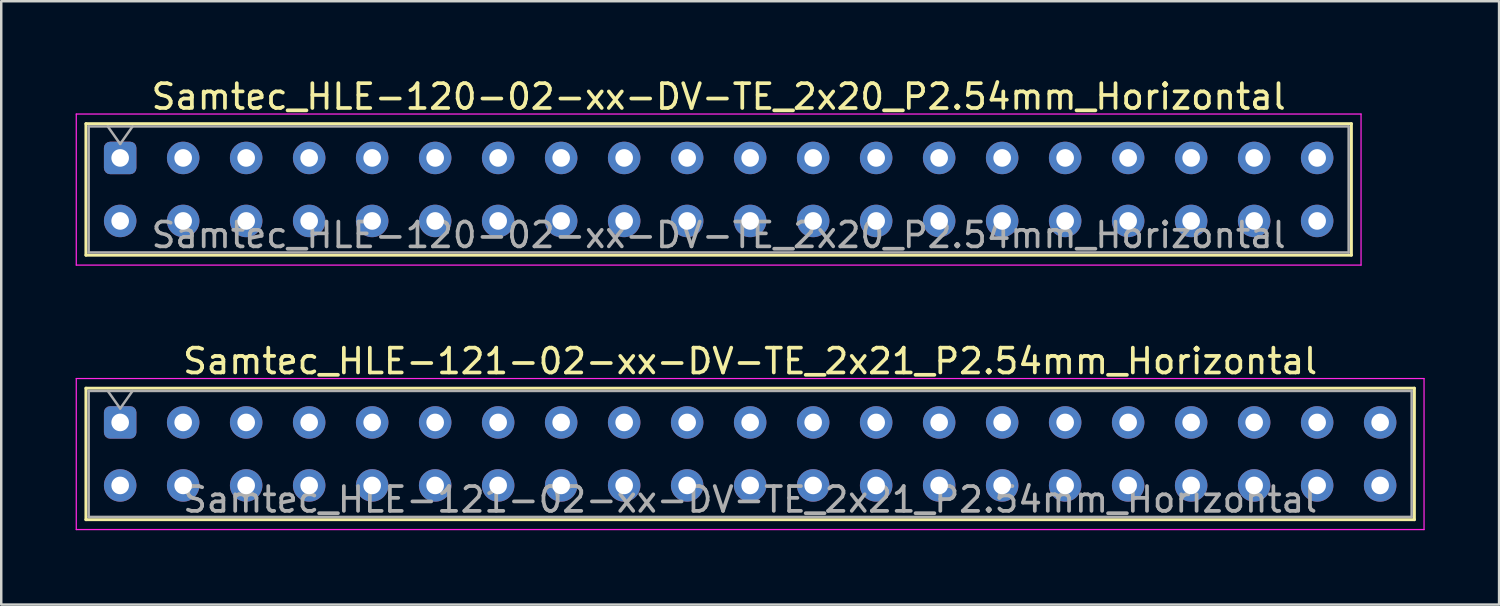
<source format=kicad_pcb>
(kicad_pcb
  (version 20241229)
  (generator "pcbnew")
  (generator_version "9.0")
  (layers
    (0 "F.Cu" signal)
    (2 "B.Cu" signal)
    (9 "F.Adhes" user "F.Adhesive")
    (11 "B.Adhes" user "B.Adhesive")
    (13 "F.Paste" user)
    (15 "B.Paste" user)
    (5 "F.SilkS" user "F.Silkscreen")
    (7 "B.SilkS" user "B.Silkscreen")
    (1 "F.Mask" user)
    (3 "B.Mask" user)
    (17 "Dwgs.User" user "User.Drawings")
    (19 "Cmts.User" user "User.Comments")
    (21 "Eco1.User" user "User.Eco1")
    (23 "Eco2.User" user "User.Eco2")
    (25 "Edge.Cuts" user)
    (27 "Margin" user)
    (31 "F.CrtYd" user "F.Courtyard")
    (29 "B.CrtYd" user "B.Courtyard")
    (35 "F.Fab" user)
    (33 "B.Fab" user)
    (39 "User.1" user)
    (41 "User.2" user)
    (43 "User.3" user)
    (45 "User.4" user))
  (footprint "Samtec_HLE-120-02-xx-DV-TE_2x20_P2.54mm_Horizontal"
    (layer "F.Cu")
    (at 1.795 3.318)
    (property "Reference" "Samtec_HLE-120-02-xx-DV-TE_2x20_P2.54mm_Horizontal" (at 24.13 -2.47 0) (layer "F.SilkS") (effects (font (size 1 1) (thickness 0.15))))
    (attr through_hole)
    (fp_line (start -1.38 -1.38) (end 49.64 -1.38) (stroke (width 0.12) (type solid)) (layer "F.SilkS"))
    (fp_line (start -1.38 3.92) (end -1.38 -1.38) (stroke (width 0.12) (type solid)) (layer "F.SilkS"))
    (fp_line (start 49.64 -1.38) (end 49.64 3.92) (stroke (width 0.12) (type solid)) (layer "F.SilkS"))
    (fp_line (start 49.64 3.92) (end -1.38 3.92) (stroke (width 0.12) (type solid)) (layer "F.SilkS"))
    (fp_line (start -1.77 -1.77) (end 50.03 -1.77) (stroke (width 0.05) (type solid)) (layer "F.CrtYd"))
    (fp_line (start -1.77 4.32) (end -1.77 -1.77) (stroke (width 0.05) (type solid)) (layer "F.CrtYd"))
    (fp_line (start 50.03 -1.77) (end 50.03 4.32) (stroke (width 0.05) (type solid)) (layer "F.CrtYd"))
    (fp_line (start 50.03 4.32) (end -1.77 4.32) (stroke (width 0.05) (type solid)) (layer "F.CrtYd"))
    (fp_line (start -1.27 -1.27) (end 49.53 -1.27) (stroke (width 0.1) (type solid)) (layer "F.Fab"))
    (fp_line (start -1.27 3.81) (end -1.27 -1.27) (stroke (width 0.1) (type solid)) (layer "F.Fab"))
    (fp_line (start -0.5 -1.27) (end 0 -0.563) (stroke (width 0.1) (type solid)) (layer "F.Fab"))
    (fp_line (start 0 -0.563) (end 0.5 -1.27) (stroke (width 0.1) (type solid)) (layer "F.Fab"))
    (fp_line (start 49.53 -1.27) (end 49.53 3.81) (stroke (width 0.1) (type solid)) (layer "F.Fab"))
    (fp_line (start 49.53 3.81) (end -1.27 3.81) (stroke (width 0.1) (type solid)) (layer "F.Fab"))
    (fp_text user "${REFERENCE}" (at 24.13 3.11 0) (layer "F.Fab") (effects (font (size 1 1) (thickness 0.15))))
    (pad "1" thru_hole roundrect (at 0 0) (size 1.31 1.31) (drill 0.71) (layers "*.Cu" "*.Mask") (roundrect_rratio 0.191))
    (pad "2" thru_hole circle (at 0 2.54) (size 1.31 1.31) (drill 0.71) (layers "*.Cu" "*.Mask"))
    (pad "3" thru_hole circle (at 2.54 0) (size 1.31 1.31) (drill 0.71) (layers "*.Cu" "*.Mask"))
    (pad "4" thru_hole circle (at 2.54 2.54) (size 1.31 1.31) (drill 0.71) (layers "*.Cu" "*.Mask"))
    (pad "5" thru_hole circle (at 5.08 0) (size 1.31 1.31) (drill 0.71) (layers "*.Cu" "*.Mask"))
    (pad "6" thru_hole circle (at 5.08 2.54) (size 1.31 1.31) (drill 0.71) (layers "*.Cu" "*.Mask"))
    (pad "7" thru_hole circle (at 7.62 0) (size 1.31 1.31) (drill 0.71) (layers "*.Cu" "*.Mask"))
    (pad "8" thru_hole circle (at 7.62 2.54) (size 1.31 1.31) (drill 0.71) (layers "*.Cu" "*.Mask"))
    (pad "9" thru_hole circle (at 10.16 0) (size 1.31 1.31) (drill 0.71) (layers "*.Cu" "*.Mask"))
    (pad "10" thru_hole circle (at 10.16 2.54) (size 1.31 1.31) (drill 0.71) (layers "*.Cu" "*.Mask"))
    (pad "11" thru_hole circle (at 12.7 0) (size 1.31 1.31) (drill 0.71) (layers "*.Cu" "*.Mask"))
    (pad "12" thru_hole circle (at 12.7 2.54) (size 1.31 1.31) (drill 0.71) (layers "*.Cu" "*.Mask"))
    (pad "13" thru_hole circle (at 15.24 0) (size 1.31 1.31) (drill 0.71) (layers "*.Cu" "*.Mask"))
    (pad "14" thru_hole circle (at 15.24 2.54) (size 1.31 1.31) (drill 0.71) (layers "*.Cu" "*.Mask"))
    (pad "15" thru_hole circle (at 17.78 0) (size 1.31 1.31) (drill 0.71) (layers "*.Cu" "*.Mask"))
    (pad "16" thru_hole circle (at 17.78 2.54) (size 1.31 1.31) (drill 0.71) (layers "*.Cu" "*.Mask"))
    (pad "17" thru_hole circle (at 20.32 0) (size 1.31 1.31) (drill 0.71) (layers "*.Cu" "*.Mask"))
    (pad "18" thru_hole circle (at 20.32 2.54) (size 1.31 1.31) (drill 0.71) (layers "*.Cu" "*.Mask"))
    (pad "19" thru_hole circle (at 22.86 0) (size 1.31 1.31) (drill 0.71) (layers "*.Cu" "*.Mask"))
    (pad "20" thru_hole circle (at 22.86 2.54) (size 1.31 1.31) (drill 0.71) (layers "*.Cu" "*.Mask"))
    (pad "21" thru_hole circle (at 25.4 0) (size 1.31 1.31) (drill 0.71) (layers "*.Cu" "*.Mask"))
    (pad "22" thru_hole circle (at 25.4 2.54) (size 1.31 1.31) (drill 0.71) (layers "*.Cu" "*.Mask"))
    (pad "23" thru_hole circle (at 27.94 0) (size 1.31 1.31) (drill 0.71) (layers "*.Cu" "*.Mask"))
    (pad "24" thru_hole circle (at 27.94 2.54) (size 1.31 1.31) (drill 0.71) (layers "*.Cu" "*.Mask"))
    (pad "25" thru_hole circle (at 30.48 0) (size 1.31 1.31) (drill 0.71) (layers "*.Cu" "*.Mask"))
    (pad "26" thru_hole circle (at 30.48 2.54) (size 1.31 1.31) (drill 0.71) (layers "*.Cu" "*.Mask"))
    (pad "27" thru_hole circle (at 33.02 0) (size 1.31 1.31) (drill 0.71) (layers "*.Cu" "*.Mask"))
    (pad "28" thru_hole circle (at 33.02 2.54) (size 1.31 1.31) (drill 0.71) (layers "*.Cu" "*.Mask"))
    (pad "29" thru_hole circle (at 35.56 0) (size 1.31 1.31) (drill 0.71) (layers "*.Cu" "*.Mask"))
    (pad "30" thru_hole circle (at 35.56 2.54) (size 1.31 1.31) (drill 0.71) (layers "*.Cu" "*.Mask"))
    (pad "31" thru_hole circle (at 38.1 0) (size 1.31 1.31) (drill 0.71) (layers "*.Cu" "*.Mask"))
    (pad "32" thru_hole circle (at 38.1 2.54) (size 1.31 1.31) (drill 0.71) (layers "*.Cu" "*.Mask"))
    (pad "33" thru_hole circle (at 40.64 0) (size 1.31 1.31) (drill 0.71) (layers "*.Cu" "*.Mask"))
    (pad "34" thru_hole circle (at 40.64 2.54) (size 1.31 1.31) (drill 0.71) (layers "*.Cu" "*.Mask"))
    (pad "35" thru_hole circle (at 43.18 0) (size 1.31 1.31) (drill 0.71) (layers "*.Cu" "*.Mask"))
    (pad "36" thru_hole circle (at 43.18 2.54) (size 1.31 1.31) (drill 0.71) (layers "*.Cu" "*.Mask"))
    (pad "37" thru_hole circle (at 45.72 0) (size 1.31 1.31) (drill 0.71) (layers "*.Cu" "*.Mask"))
    (pad "38" thru_hole circle (at 45.72 2.54) (size 1.31 1.31) (drill 0.71) (layers "*.Cu" "*.Mask"))
    (pad "39" thru_hole circle (at 48.26 0) (size 1.31 1.31) (drill 0.71) (layers "*.Cu" "*.Mask"))
    (pad "40" thru_hole circle (at 48.26 2.54) (size 1.31 1.31) (drill 0.71) (layers "*.Cu" "*.Mask")))
  (footprint "Samtec_HLE-121-02-xx-DV-TE_2x21_P2.54mm_Horizontal"
    (layer "F.Cu")
    (at 1.795 13.982)
    (property "Reference" "Samtec_HLE-121-02-xx-DV-TE_2x21_P2.54mm_Horizontal" (at 25.4 -2.47 0) (layer "F.SilkS") (effects (font (size 1 1) (thickness 0.15))))
    (attr through_hole)
    (fp_line (start -1.38 -1.38) (end 52.18 -1.38) (stroke (width 0.12) (type solid)) (layer "F.SilkS"))
    (fp_line (start -1.38 3.92) (end -1.38 -1.38) (stroke (width 0.12) (type solid)) (layer "F.SilkS"))
    (fp_line (start 52.18 -1.38) (end 52.18 3.92) (stroke (width 0.12) (type solid)) (layer "F.SilkS"))
    (fp_line (start 52.18 3.92) (end -1.38 3.92) (stroke (width 0.12) (type solid)) (layer "F.SilkS"))
    (fp_line (start -1.77 -1.77) (end 52.57 -1.77) (stroke (width 0.05) (type solid)) (layer "F.CrtYd"))
    (fp_line (start -1.77 4.32) (end -1.77 -1.77) (stroke (width 0.05) (type solid)) (layer "F.CrtYd"))
    (fp_line (start 52.57 -1.77) (end 52.57 4.32) (stroke (width 0.05) (type solid)) (layer "F.CrtYd"))
    (fp_line (start 52.57 4.32) (end -1.77 4.32) (stroke (width 0.05) (type solid)) (layer "F.CrtYd"))
    (fp_line (start -1.27 -1.27) (end 52.07 -1.27) (stroke (width 0.1) (type solid)) (layer "F.Fab"))
    (fp_line (start -1.27 3.81) (end -1.27 -1.27) (stroke (width 0.1) (type solid)) (layer "F.Fab"))
    (fp_line (start -0.5 -1.27) (end 0 -0.563) (stroke (width 0.1) (type solid)) (layer "F.Fab"))
    (fp_line (start 0 -0.563) (end 0.5 -1.27) (stroke (width 0.1) (type solid)) (layer "F.Fab"))
    (fp_line (start 52.07 -1.27) (end 52.07 3.81) (stroke (width 0.1) (type solid)) (layer "F.Fab"))
    (fp_line (start 52.07 3.81) (end -1.27 3.81) (stroke (width 0.1) (type solid)) (layer "F.Fab"))
    (fp_text user "${REFERENCE}" (at 25.4 3.11 0) (layer "F.Fab") (effects (font (size 1 1) (thickness 0.15))))
    (pad "1" thru_hole roundrect (at 0 0) (size 1.31 1.31) (drill 0.71) (layers "*.Cu" "*.Mask") (roundrect_rratio 0.191))
    (pad "2" thru_hole circle (at 0 2.54) (size 1.31 1.31) (drill 0.71) (layers "*.Cu" "*.Mask"))
    (pad "3" thru_hole circle (at 2.54 0) (size 1.31 1.31) (drill 0.71) (layers "*.Cu" "*.Mask"))
    (pad "4" thru_hole circle (at 2.54 2.54) (size 1.31 1.31) (drill 0.71) (layers "*.Cu" "*.Mask"))
    (pad "5" thru_hole circle (at 5.08 0) (size 1.31 1.31) (drill 0.71) (layers "*.Cu" "*.Mask"))
    (pad "6" thru_hole circle (at 5.08 2.54) (size 1.31 1.31) (drill 0.71) (layers "*.Cu" "*.Mask"))
    (pad "7" thru_hole circle (at 7.62 0) (size 1.31 1.31) (drill 0.71) (layers "*.Cu" "*.Mask"))
    (pad "8" thru_hole circle (at 7.62 2.54) (size 1.31 1.31) (drill 0.71) (layers "*.Cu" "*.Mask"))
    (pad "9" thru_hole circle (at 10.16 0) (size 1.31 1.31) (drill 0.71) (layers "*.Cu" "*.Mask"))
    (pad "10" thru_hole circle (at 10.16 2.54) (size 1.31 1.31) (drill 0.71) (layers "*.Cu" "*.Mask"))
    (pad "11" thru_hole circle (at 12.7 0) (size 1.31 1.31) (drill 0.71) (layers "*.Cu" "*.Mask"))
    (pad "12" thru_hole circle (at 12.7 2.54) (size 1.31 1.31) (drill 0.71) (layers "*.Cu" "*.Mask"))
    (pad "13" thru_hole circle (at 15.24 0) (size 1.31 1.31) (drill 0.71) (layers "*.Cu" "*.Mask"))
    (pad "14" thru_hole circle (at 15.24 2.54) (size 1.31 1.31) (drill 0.71) (layers "*.Cu" "*.Mask"))
    (pad "15" thru_hole circle (at 17.78 0) (size 1.31 1.31) (drill 0.71) (layers "*.Cu" "*.Mask"))
    (pad "16" thru_hole circle (at 17.78 2.54) (size 1.31 1.31) (drill 0.71) (layers "*.Cu" "*.Mask"))
    (pad "17" thru_hole circle (at 20.32 0) (size 1.31 1.31) (drill 0.71) (layers "*.Cu" "*.Mask"))
    (pad "18" thru_hole circle (at 20.32 2.54) (size 1.31 1.31) (drill 0.71) (layers "*.Cu" "*.Mask"))
    (pad "19" thru_hole circle (at 22.86 0) (size 1.31 1.31) (drill 0.71) (layers "*.Cu" "*.Mask"))
    (pad "20" thru_hole circle (at 22.86 2.54) (size 1.31 1.31) (drill 0.71) (layers "*.Cu" "*.Mask"))
    (pad "21" thru_hole circle (at 25.4 0) (size 1.31 1.31) (drill 0.71) (layers "*.Cu" "*.Mask"))
    (pad "22" thru_hole circle (at 25.4 2.54) (size 1.31 1.31) (drill 0.71) (layers "*.Cu" "*.Mask"))
    (pad "23" thru_hole circle (at 27.94 0) (size 1.31 1.31) (drill 0.71) (layers "*.Cu" "*.Mask"))
    (pad "24" thru_hole circle (at 27.94 2.54) (size 1.31 1.31) (drill 0.71) (layers "*.Cu" "*.Mask"))
    (pad "25" thru_hole circle (at 30.48 0) (size 1.31 1.31) (drill 0.71) (layers "*.Cu" "*.Mask"))
    (pad "26" thru_hole circle (at 30.48 2.54) (size 1.31 1.31) (drill 0.71) (layers "*.Cu" "*.Mask"))
    (pad "27" thru_hole circle (at 33.02 0) (size 1.31 1.31) (drill 0.71) (layers "*.Cu" "*.Mask"))
    (pad "28" thru_hole circle (at 33.02 2.54) (size 1.31 1.31) (drill 0.71) (layers "*.Cu" "*.Mask"))
    (pad "29" thru_hole circle (at 35.56 0) (size 1.31 1.31) (drill 0.71) (layers "*.Cu" "*.Mask"))
    (pad "30" thru_hole circle (at 35.56 2.54) (size 1.31 1.31) (drill 0.71) (layers "*.Cu" "*.Mask"))
    (pad "31" thru_hole circle (at 38.1 0) (size 1.31 1.31) (drill 0.71) (layers "*.Cu" "*.Mask"))
    (pad "32" thru_hole circle (at 38.1 2.54) (size 1.31 1.31) (drill 0.71) (layers "*.Cu" "*.Mask"))
    (pad "33" thru_hole circle (at 40.64 0) (size 1.31 1.31) (drill 0.71) (layers "*.Cu" "*.Mask"))
    (pad "34" thru_hole circle (at 40.64 2.54) (size 1.31 1.31) (drill 0.71) (layers "*.Cu" "*.Mask"))
    (pad "35" thru_hole circle (at 43.18 0) (size 1.31 1.31) (drill 0.71) (layers "*.Cu" "*.Mask"))
    (pad "36" thru_hole circle (at 43.18 2.54) (size 1.31 1.31) (drill 0.71) (layers "*.Cu" "*.Mask"))
    (pad "37" thru_hole circle (at 45.72 0) (size 1.31 1.31) (drill 0.71) (layers "*.Cu" "*.Mask"))
    (pad "38" thru_hole circle (at 45.72 2.54) (size 1.31 1.31) (drill 0.71) (layers "*.Cu" "*.Mask"))
    (pad "39" thru_hole circle (at 48.26 0) (size 1.31 1.31) (drill 0.71) (layers "*.Cu" "*.Mask"))
    (pad "40" thru_hole circle (at 48.26 2.54) (size 1.31 1.31) (drill 0.71) (layers "*.Cu" "*.Mask"))
    (pad "41" thru_hole circle (at 50.8 0) (size 1.31 1.31) (drill 0.71) (layers "*.Cu" "*.Mask"))
    (pad "42" thru_hole circle (at 50.8 2.54) (size 1.31 1.31) (drill 0.71) (layers "*.Cu" "*.Mask")))
  (gr_rect
    (start -3 -3)
    (end 57.39 21.326)
    (stroke (width 0.1) (type default))
    (fill no)
    (layer "Edge.Cuts")))
</source>
